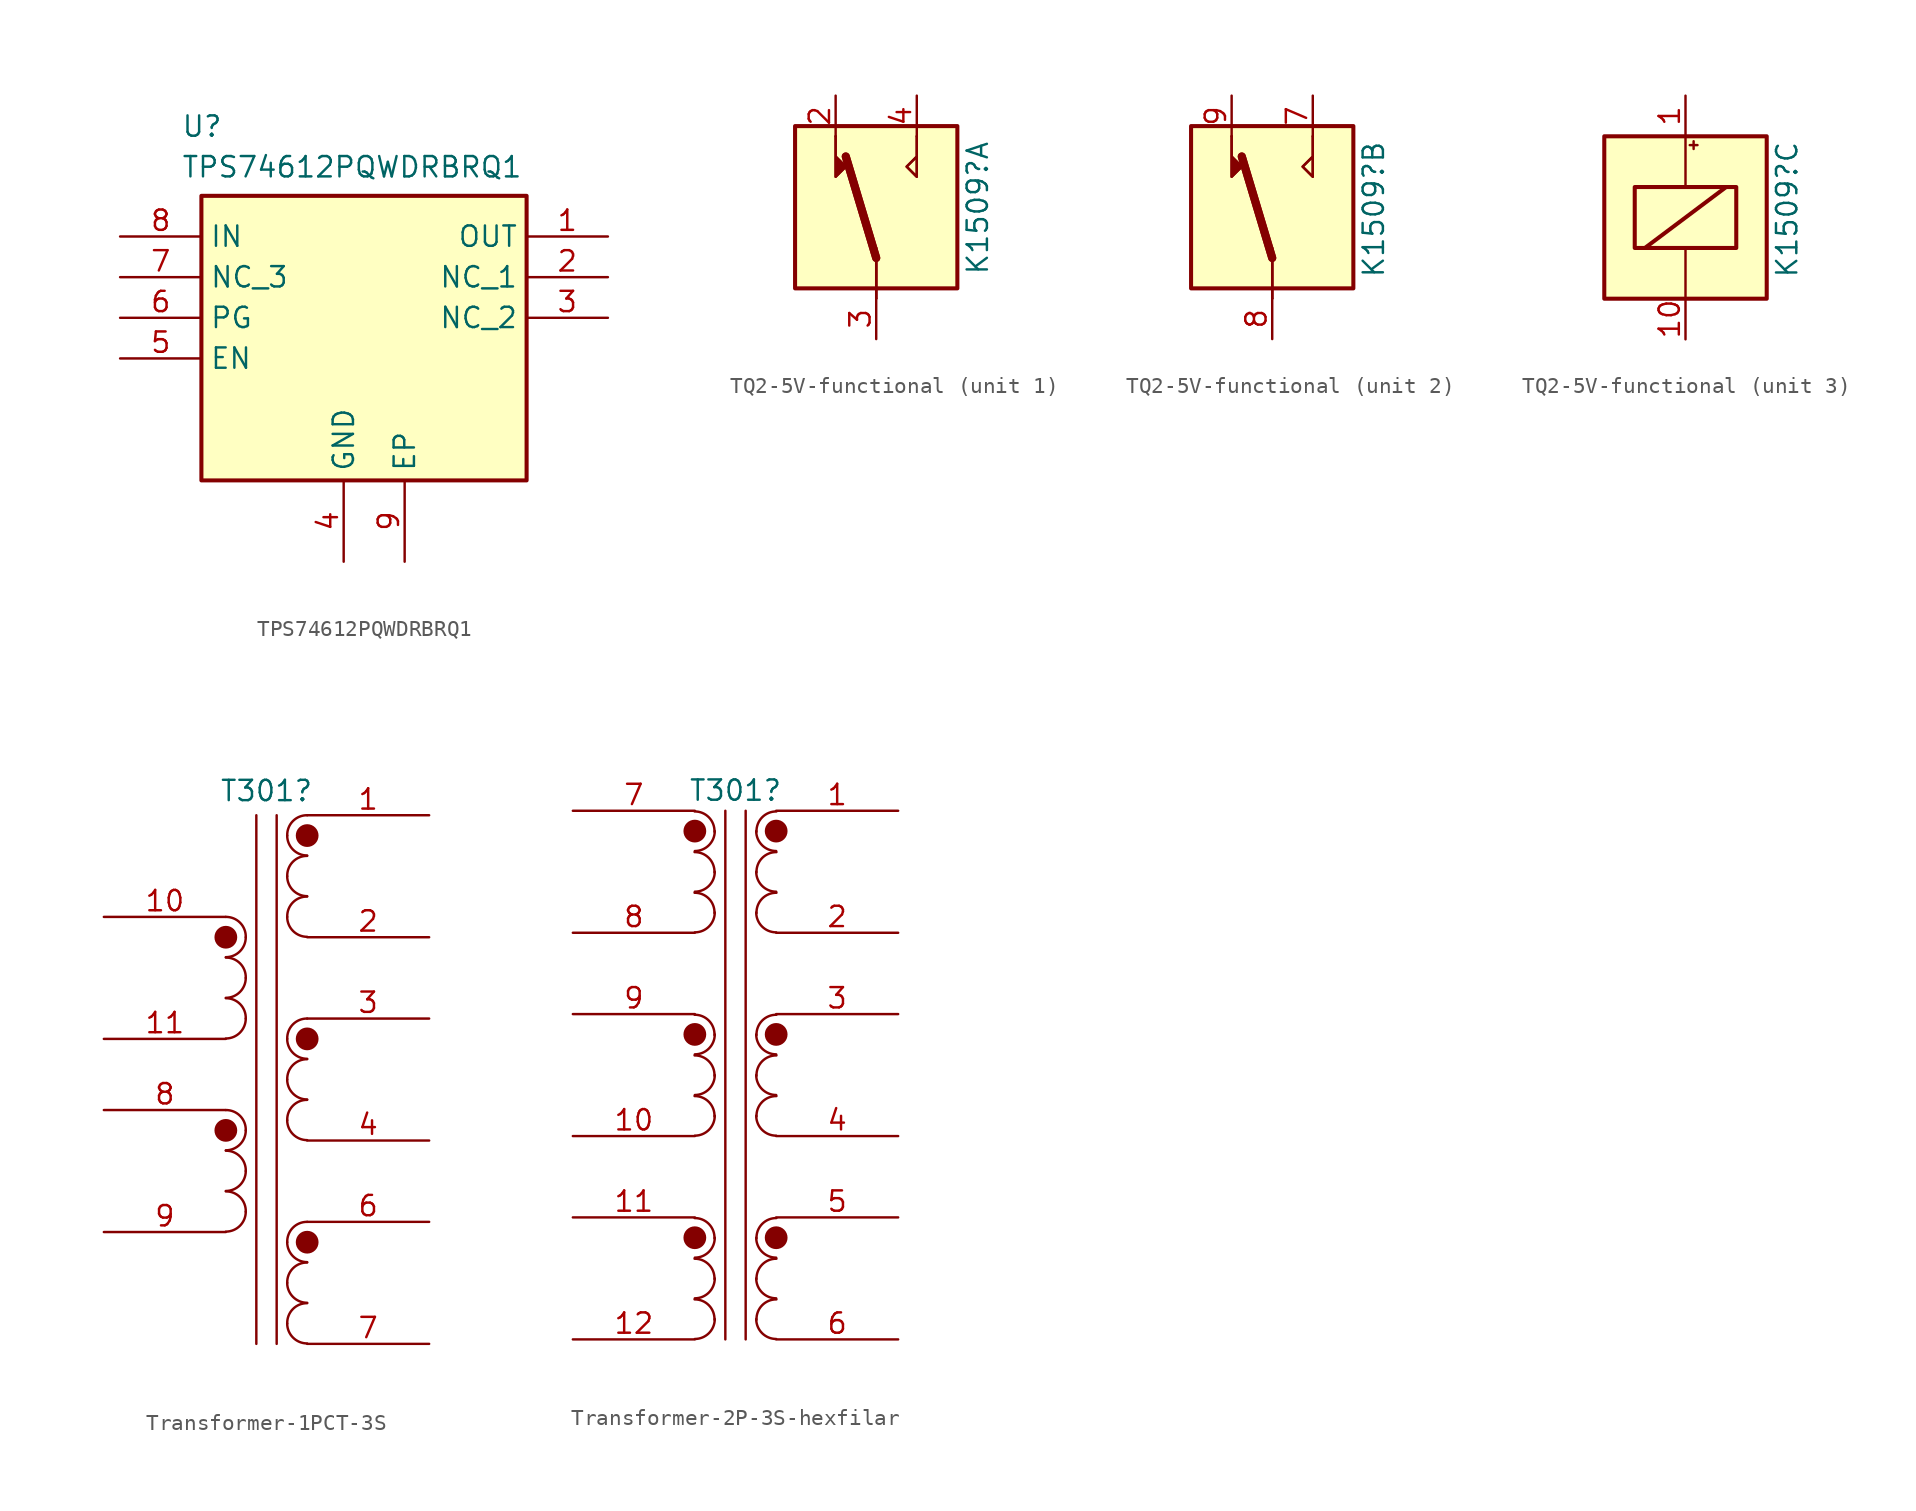
<source format=kicad_sym>
(kicad_symbol_lib
  (version 20241209)
  (generator "kicad_symbol_editor")
  (generator_version "9.0")
  (symbol "TPS74612PQWDRBRQ1"
    (property "Reference" "U"
      (at -11.43 5.08 0)
      (effects (font (size 1.27 1.27)) (justify left top)))
    (property "Value" "TPS74612PQWDRBRQ1"
      (at -11.43 2.54 0)
      (effects (font (size 1.27 1.27)) (justify left top)))
    (symbol "TPS74612PQWDRBRQ1_1_1"
      (rectangle (start -10.16 0) (end 10.16 -17.78) (stroke (width 0.254) (type default)) (fill (type background)))
      (pin power_in line (at -15.24 -2.54 0) (length 5.08) (name "IN" (effects (font (size 1.27 1.27)))) (number "8" (effects (font (size 1.27 1.27)))))
      (pin passive line (at -15.24 -5.08 0) (length 5.08) (name "NC_3" (effects (font (size 1.27 1.27)))) (number "7" (effects (font (size 1.27 1.27)))))
      (pin passive line (at -15.24 -7.62 0) (length 5.08) (name "PG" (effects (font (size 1.27 1.27)))) (number "6" (effects (font (size 1.27 1.27)))))
      (pin passive line (at -15.24 -10.16 0) (length 5.08) (name "EN" (effects (font (size 1.27 1.27)))) (number "5" (effects (font (size 1.27 1.27)))))
      (pin passive line (at -1.27 -22.86 90) (length 5.08) (name "GND" (effects (font (size 1.27 1.27)))) (number "4" (effects (font (size 1.27 1.27)))))
      (pin passive line (at 2.54 -22.86 90) (length 5.08) (name "EP" (effects (font (size 1.27 1.27)))) (number "9" (effects (font (size 1.27 1.27)))))
      (pin power_out line (at 15.24 -2.54 180) (length 5.08) (name "OUT" (effects (font (size 1.27 1.27)))) (number "1" (effects (font (size 1.27 1.27)))))
      (pin passive line (at 15.24 -5.08 180) (length 5.08) (name "NC_1" (effects (font (size 1.27 1.27)))) (number "2" (effects (font (size 1.27 1.27)))))
      (pin passive line (at 15.24 -7.62 180) (length 5.08) (name "NC_2" (effects (font (size 1.27 1.27)))) (number "3" (effects (font (size 1.27 1.27)))))))
  (symbol "TQ2-5V-functional"
    (pin_names
      (hide yes))
    (property "Reference" "K1509"
      (at 6.35 4.826 90)
      (effects (font (size 1.27 1.27)) (justify right)))
    (property "cap-type" ""
      (at 0 0 0)
      (effects (font (size 1.27 1.27))))
    (property "r-power" ""
      (at 0 0 0)
      (effects (font (size 1.27 1.27))))
    (property "ki_locked" ""
      (at 0 0 0)
      (effects (font (size 1.27 1.27))))
    (symbol "TQ2-5V-functional_1_1"
      (rectangle (start -5.08 5.715) (end 5.08 -4.445) (stroke (width 0.254) (type default)) (fill (type background)))
      (polyline (pts (xy -2.54 5.08) (xy -2.54 2.54) (xy -1.905 3.175) (xy -2.54 3.81)) (stroke (width 0) (type default)) (fill (type outline)))
      (polyline (pts (xy -2.54 5.08) (xy -2.54 2.54) (xy -1.905 3.175) (xy -2.54 3.81)) (stroke (width 0) (type default)) (fill (type outline)))
      (polyline (pts (xy 0 -2.54) (xy -1.905 3.81)) (stroke (width 0.508) (type default)) (fill (type none)))
      (polyline (pts (xy 0 -2.54) (xy -1.905 3.81)) (stroke (width 0.508) (type default)) (fill (type none)))
      (polyline (pts (xy 0 -2.54) (xy 0 -5.08)) (stroke (width 0) (type default)) (fill (type none)))
      (polyline (pts (xy 0 -2.54) (xy 0 -5.08)) (stroke (width 0) (type default)) (fill (type none)))
      (polyline (pts (xy 0 -5.08) (xy 0 -1.905)) (stroke (width 0) (type default)) (fill (type none)))
      (polyline (pts (xy 2.54 5.08) (xy 2.54 2.54) (xy 1.905 3.175) (xy 2.54 3.81)) (stroke (width 0) (type default)) (fill (type none)))
      (polyline (pts (xy 2.54 5.08) (xy 2.54 2.54) (xy 1.905 3.175) (xy 2.54 3.81)) (stroke (width 0) (type default)) (fill (type none)))
      (pin passive line (at -2.54 7.62 270) (length 2.54) (name "NC1" (effects (font (size 1.27 1.27)))) (number "2" (effects (font (size 1.27 1.27)))))
      (pin passive line (at 0 -7.62 90) (length 2.54) (name "T1" (effects (font (size 1.27 1.27)))) (number "3" (effects (font (size 1.27 1.27)))))
      (pin passive line (at 2.54 7.62 270) (length 2.54) (name "NO1" (effects (font (size 1.27 1.27)))) (number "4" (effects (font (size 1.27 1.27))))))
    (symbol "TQ2-5V-functional_2_1"
      (rectangle (start -5.08 5.715) (end 5.08 -4.445) (stroke (width 0.254) (type default)) (fill (type background)))
      (polyline (pts (xy -2.54 5.08) (xy -2.54 2.54) (xy -1.905 3.175) (xy -2.54 3.81)) (stroke (width 0) (type default)) (fill (type outline)))
      (polyline (pts (xy -2.54 5.08) (xy -2.54 2.54) (xy -1.905 3.175) (xy -2.54 3.81)) (stroke (width 0) (type default)) (fill (type outline)))
      (polyline (pts (xy 0 -2.54) (xy -1.905 3.81)) (stroke (width 0.508) (type default)) (fill (type none)))
      (polyline (pts (xy 0 -2.54) (xy -1.905 3.81)) (stroke (width 0.508) (type default)) (fill (type none)))
      (polyline (pts (xy 0 -2.54) (xy 0 -5.08)) (stroke (width 0) (type default)) (fill (type none)))
      (polyline (pts (xy 0 -2.54) (xy 0 -5.08)) (stroke (width 0) (type default)) (fill (type none)))
      (polyline (pts (xy 0 -5.08) (xy 0 -1.905)) (stroke (width 0) (type default)) (fill (type none)))
      (polyline (pts (xy 2.54 5.08) (xy 2.54 2.54) (xy 1.905 3.175) (xy 2.54 3.81)) (stroke (width 0) (type default)) (fill (type none)))
      (polyline (pts (xy 2.54 5.08) (xy 2.54 2.54) (xy 1.905 3.175) (xy 2.54 3.81)) (stroke (width 0) (type default)) (fill (type none)))
      (pin passive line (at -2.54 7.62 270) (length 2.54) (name "NC2" (effects (font (size 1.27 1.27)))) (number "9" (effects (font (size 1.27 1.27)))))
      (pin passive line (at 0 -7.62 90) (length 2.54) (name "T2" (effects (font (size 1.27 1.27)))) (number "8" (effects (font (size 1.27 1.27)))))
      (pin passive line (at 2.54 7.62 270) (length 2.54) (name "NO2" (effects (font (size 1.27 1.27)))) (number "7" (effects (font (size 1.27 1.27))))))
    (symbol "TQ2-5V-functional_3_1"
      (rectangle (start -5.08 5.08) (end 5.08 -5.08) (stroke (width 0.254) (type default)) (fill (type background)))
      (rectangle (start -3.175 1.905) (end 3.175 -1.905) (stroke (width 0.254) (type default)) (fill (type none)))
      (polyline (pts (xy -2.54 -1.905) (xy 2.54 1.905)) (stroke (width 0.254) (type default)) (fill (type none)))
      (polyline (pts (xy 0 5.08) (xy 0 1.905)) (stroke (width 0) (type default)) (fill (type none)))
      (polyline (pts (xy 0 -5.08) (xy 0 -1.905)) (stroke (width 0) (type default)) (fill (type none)))
      (text "+" (at 0.508 4.572 0) (effects (font (size 0.635 0.635))))
      (pin passive line (at -7.62 -3.81 0) (length 2.54) (hide yes) (name "NC" (effects (font (size 1.27 1.27)))) (number "6" (effects (font (size 1.27 1.27)))))
      (pin passive line (at 0 7.62 270) (length 2.54) (name "COIL+" (effects (font (size 1.27 1.27)))) (number "1" (effects (font (size 1.27 1.27)))))
      (pin passive line (at 0 -7.62 90) (length 2.54) (name "COIL-" (effects (font (size 1.27 1.27)))) (number "10" (effects (font (size 1.27 1.27)))))
      (pin passive line (at 7.62 -3.81 180) (length 2.54) (hide yes) (name "NC" (effects (font (size 1.27 1.27)))) (number "5" (effects (font (size 1.27 1.27)))))))
  (symbol "Transformer-1PCT-3S"
    (pin_names
      (offset 1.016)
      (hide yes))
    (property "Reference" "T301"
      (at 0 11.684 0)
      (effects (font (size 1.27 1.27))))
    (property "cap-type" ""
      (at 0 0 0)
      (effects (font (size 1.27 1.27))))
    (property "r-power" ""
      (at 0 0 0)
      (effects (font (size 1.27 1.27))))
    (symbol "Transformer-1PCT-3S_0_1"
      (arc (start -1.2954 2.54) (mid -1.6599 1.6599) (end -2.54 1.2954) (stroke (width 0) (type default)) (fill (type none)))
      (arc (start -1.2954 0) (mid -1.6599 -0.8801) (end -2.54 -1.2446) (stroke (width 0) (type default)) (fill (type none)))
      (arc (start -1.2954 -2.54) (mid -1.6599 -3.4201) (end -2.54 -3.7846) (stroke (width 0) (type default)) (fill (type none)))
      (arc (start -1.2954 -9.525) (mid -1.6599 -10.4051) (end -2.54 -10.7696) (stroke (width 0) (type default)) (fill (type none)))
      (arc (start -1.2954 -12.065) (mid -1.6599 -12.9451) (end -2.54 -13.3096) (stroke (width 0) (type default)) (fill (type none)))
      (arc (start -1.2954 -14.605) (mid -1.6599 -15.4851) (end -2.54 -15.8496) (stroke (width 0) (type default)) (fill (type none)))
      (arc (start -2.54 3.81) (mid -1.6458 3.4415) (end -1.2954 2.54) (stroke (width 0) (type default)) (fill (type none)))
      (arc (start -2.54 1.27) (mid -1.6458 0.9015) (end -1.2954 0) (stroke (width 0) (type default)) (fill (type none)))
      (arc (start -2.54 -1.27) (mid -1.6458 -1.6385) (end -1.2954 -2.54) (stroke (width 0) (type default)) (fill (type none)))
      (arc (start -2.54 -8.255) (mid -1.6458 -8.6235) (end -1.2954 -9.525) (stroke (width 0) (type default)) (fill (type none)))
      (arc (start -2.54 -10.795) (mid -1.6458 -11.1635) (end -1.2954 -12.065) (stroke (width 0) (type default)) (fill (type none)))
      (arc (start -2.54 -13.335) (mid -1.6458 -13.7035) (end -1.2954 -14.605) (stroke (width 0) (type default)) (fill (type none)))
      (polyline (pts (xy -0.635 -22.86) (xy -0.635 10.16)) (stroke (width 0) (type default)) (fill (type none)))
      (polyline (pts (xy 0.635 10.16) (xy 0.635 -22.86)) (stroke (width 0) (type default)) (fill (type none)))
      (arc (start 1.2954 8.89) (mid 1.6457 9.7917) (end 2.54 10.16) (stroke (width 0) (type default)) (fill (type none)))
      (arc (start 1.2954 6.35) (mid 1.6457 7.2517) (end 2.54 7.62) (stroke (width 0) (type default)) (fill (type none)))
      (arc (start 1.2954 3.81) (mid 1.6457 4.7117) (end 2.54 5.08) (stroke (width 0) (type default)) (fill (type none)))
      (arc (start 1.2954 -3.81) (mid 1.6457 -2.9083) (end 2.54 -2.54) (stroke (width 0) (type default)) (fill (type none)))
      (arc (start 1.2954 -6.35) (mid 1.6457 -5.4483) (end 2.54 -5.08) (stroke (width 0) (type default)) (fill (type none)))
      (arc (start 1.2954 -8.89) (mid 1.6457 -7.9883) (end 2.54 -7.62) (stroke (width 0) (type default)) (fill (type none)))
      (arc (start 1.2954 -16.51) (mid 1.6457 -15.6083) (end 2.54 -15.24) (stroke (width 0) (type default)) (fill (type none)))
      (arc (start 1.2954 -19.05) (mid 1.6457 -18.1483) (end 2.54 -17.78) (stroke (width 0) (type default)) (fill (type none)))
      (arc (start 1.2954 -21.59) (mid 1.6457 -20.6883) (end 2.54 -20.32) (stroke (width 0) (type default)) (fill (type none)))
      (arc (start 2.54 7.6454) (mid 1.6599 8.0099) (end 1.2954 8.89) (stroke (width 0) (type default)) (fill (type none)))
      (arc (start 2.54 5.1054) (mid 1.6599 5.4699) (end 1.2954 6.35) (stroke (width 0) (type default)) (fill (type none)))
      (arc (start 2.54 2.5654) (mid 1.6599 2.9299) (end 1.2954 3.81) (stroke (width 0) (type default)) (fill (type none)))
      (arc (start 2.54 -5.0546) (mid 1.6599 -4.6901) (end 1.2954 -3.81) (stroke (width 0) (type default)) (fill (type none)))
      (arc (start 2.54 -7.5946) (mid 1.6599 -7.2301) (end 1.2954 -6.35) (stroke (width 0) (type default)) (fill (type none)))
      (arc (start 2.54 -10.1346) (mid 1.6599 -9.7701) (end 1.2954 -8.89) (stroke (width 0) (type default)) (fill (type none)))
      (arc (start 2.54 -17.7546) (mid 1.6599 -17.3901) (end 1.2954 -16.51) (stroke (width 0) (type default)) (fill (type none)))
      (arc (start 2.54 -20.2946) (mid 1.6599 -19.9301) (end 1.2954 -19.05) (stroke (width 0) (type default)) (fill (type none)))
      (arc (start 2.54 -22.8346) (mid 1.6599 -22.4701) (end 1.2954 -21.59) (stroke (width 0) (type default)) (fill (type none))))
    (symbol "Transformer-1PCT-3S_1_1"
      (circle (center -2.54 2.54) (radius 0.635) (stroke (width 0) (type solid)) (fill (type outline)))
      (circle (center -2.54 -9.525) (radius 0.635) (stroke (width 0) (type solid)) (fill (type outline)))
      (circle (center 2.54 8.89) (radius 0.635) (stroke (width 0) (type solid)) (fill (type outline)))
      (circle (center 2.54 -3.81) (radius 0.635) (stroke (width 0) (type solid)) (fill (type outline)))
      (circle (center 2.54 -16.51) (radius 0.635) (stroke (width 0) (type solid)) (fill (type outline)))
      (pin passive line (at -10.16 3.81 0) (length 7.62) (name "S3A" (effects (font (size 1.27 1.27)))) (number "10" (effects (font (size 1.27 1.27)))))
      (pin passive line (at -10.16 -3.81 0) (length 7.62) (name "S3B" (effects (font (size 1.27 1.27)))) (number "11" (effects (font (size 1.27 1.27)))))
      (pin passive line (at -10.16 -8.255 0) (length 7.62) (name "S3A" (effects (font (size 1.27 1.27)))) (number "8" (effects (font (size 1.27 1.27)))))
      (pin passive line (at -10.16 -15.875 0) (length 7.62) (name "S3B" (effects (font (size 1.27 1.27)))) (number "9" (effects (font (size 1.27 1.27)))))
      (pin passive line (at 10.16 10.16 180) (length 7.62) (name "S1A" (effects (font (size 1.27 1.27)))) (number "1" (effects (font (size 1.27 1.27)))))
      (pin passive line (at 10.16 2.54 180) (length 7.62) (name "S1B" (effects (font (size 1.27 1.27)))) (number "2" (effects (font (size 1.27 1.27)))))
      (pin passive line (at 10.16 -2.54 180) (length 7.62) (name "S2A" (effects (font (size 1.27 1.27)))) (number "3" (effects (font (size 1.27 1.27)))))
      (pin passive line (at 10.16 -10.16 180) (length 7.62) (name "S2B" (effects (font (size 1.27 1.27)))) (number "4" (effects (font (size 1.27 1.27)))))
      (pin passive line (at 10.16 -15.24 180) (length 7.62) (name "S3A" (effects (font (size 1.27 1.27)))) (number "6" (effects (font (size 1.27 1.27)))))
      (pin passive line (at 10.16 -22.86 180) (length 7.62) (name "S3B" (effects (font (size 1.27 1.27)))) (number "7" (effects (font (size 1.27 1.27)))))))
  (symbol "Transformer-2P-3S-hexfilar"
    (pin_names
      (offset 1.016)
      (hide yes))
    (property "Reference" "T301"
      (at 0 11.43 0)
      (effects (font (size 1.27 1.27))))
    (property "cap-type" ""
      (at 0 0 0)
      (effects (font (size 1.27 1.27))))
    (property "r-power" ""
      (at 0 0 0)
      (effects (font (size 1.27 1.27))))
    (symbol "Transformer-2P-3S-hexfilar_0_1"
      (arc (start -2.5568 10.1184) (mid -1.6626 9.7499) (end -1.3122 8.8484) (stroke (width 0) (type default)) (fill (type none)))
      (arc (start -1.2955 8.8901) (mid -1.66 8.01) (end -2.5401 7.6455) (stroke (width 0) (type default)) (fill (type none)))
      (arc (start -2.5568 7.5784) (mid -1.6626 7.2099) (end -1.3122 6.3084) (stroke (width 0) (type default)) (fill (type none)))
      (arc (start -1.2955 6.3501) (mid -1.66 5.47) (end -2.5401 5.1055) (stroke (width 0) (type default)) (fill (type none)))
      (arc (start -2.5568 5.0384) (mid -1.6626 4.6699) (end -1.3122 3.7684) (stroke (width 0) (type default)) (fill (type none)))
      (arc (start -1.2955 3.8101) (mid -1.66 2.93) (end -2.5401 2.5655) (stroke (width 0) (type default)) (fill (type none)))
      (arc (start -2.5568 -2.5816) (mid -1.6626 -2.9501) (end -1.3122 -3.8516) (stroke (width 0) (type default)) (fill (type none)))
      (arc (start -1.2955 -3.8099) (mid -1.66 -4.69) (end -2.5401 -5.0545) (stroke (width 0) (type default)) (fill (type none)))
      (arc (start -2.5568 -5.1216) (mid -1.6626 -5.4901) (end -1.3122 -6.3916) (stroke (width 0) (type default)) (fill (type none)))
      (arc (start -1.2955 -6.3499) (mid -1.66 -7.23) (end -2.5401 -7.5945) (stroke (width 0) (type default)) (fill (type none)))
      (arc (start -2.5568 -7.6616) (mid -1.6626 -8.0301) (end -1.3122 -8.9316) (stroke (width 0) (type default)) (fill (type none)))
      (arc (start -1.2955 -8.8899) (mid -1.66 -9.77) (end -2.5401 -10.1345) (stroke (width 0) (type default)) (fill (type none)))
      (arc (start -2.5568 -15.2816) (mid -1.6626 -15.6501) (end -1.3122 -16.5516) (stroke (width 0) (type default)) (fill (type none)))
      (arc (start -1.2955 -16.5099) (mid -1.66 -17.39) (end -2.5401 -17.7545) (stroke (width 0) (type default)) (fill (type none)))
      (arc (start -2.5568 -17.8216) (mid -1.6626 -18.1901) (end -1.3122 -19.0916) (stroke (width 0) (type default)) (fill (type none)))
      (arc (start -1.2955 -19.0499) (mid -1.66 -19.93) (end -2.5401 -20.2945) (stroke (width 0) (type default)) (fill (type none)))
      (arc (start -2.5568 -20.3616) (mid -1.6626 -20.7301) (end -1.3122 -21.6316) (stroke (width 0) (type default)) (fill (type none)))
      (arc (start -1.2955 -21.5899) (mid -1.66 -22.47) (end -2.5401 -22.8345) (stroke (width 0) (type default)) (fill (type none)))
      (polyline (pts (xy -0.635 -22.86) (xy -0.635 10.16)) (stroke (width 0) (type default)) (fill (type none)))
      (polyline (pts (xy 0.635 10.16) (xy 0.635 -22.86)) (stroke (width 0) (type default)) (fill (type none)))
      (arc (start 1.3124 8.848) (mid 1.6627 9.7497) (end 2.557 10.118) (stroke (width 0) (type default)) (fill (type none)))
      (arc (start 2.54 7.6454) (mid 1.6599 8.0099) (end 1.2954 8.89) (stroke (width 0) (type default)) (fill (type none)))
      (arc (start 1.3124 6.308) (mid 1.6627 7.2097) (end 2.557 7.578) (stroke (width 0) (type default)) (fill (type none)))
      (arc (start 2.54 5.1054) (mid 1.6599 5.4699) (end 1.2954 6.35) (stroke (width 0) (type default)) (fill (type none)))
      (arc (start 1.3124 3.768) (mid 1.6627 4.6697) (end 2.557 5.038) (stroke (width 0) (type default)) (fill (type none)))
      (arc (start 2.54 2.5654) (mid 1.6599 2.9299) (end 1.2954 3.81) (stroke (width 0) (type default)) (fill (type none)))
      (arc (start 1.3124 -3.852) (mid 1.6627 -2.9503) (end 2.557 -2.582) (stroke (width 0) (type default)) (fill (type none)))
      (arc (start 2.54 -5.0546) (mid 1.6599 -4.6901) (end 1.2954 -3.81) (stroke (width 0) (type default)) (fill (type none)))
      (arc (start 1.3124 -6.392) (mid 1.6627 -5.4903) (end 2.557 -5.122) (stroke (width 0) (type default)) (fill (type none)))
      (arc (start 2.54 -7.5946) (mid 1.6599 -7.2301) (end 1.2954 -6.35) (stroke (width 0) (type default)) (fill (type none)))
      (arc (start 1.3124 -8.932) (mid 1.6627 -8.0303) (end 2.557 -7.662) (stroke (width 0) (type default)) (fill (type none)))
      (arc (start 2.54 -10.1346) (mid 1.6599 -9.7701) (end 1.2954 -8.89) (stroke (width 0) (type default)) (fill (type none)))
      (arc (start 1.3124 -16.552) (mid 1.6627 -15.6503) (end 2.557 -15.282) (stroke (width 0) (type default)) (fill (type none)))
      (arc (start 2.54 -17.7546) (mid 1.6599 -17.3901) (end 1.2954 -16.51) (stroke (width 0) (type default)) (fill (type none)))
      (arc (start 1.3124 -19.092) (mid 1.6627 -18.1903) (end 2.557 -17.822) (stroke (width 0) (type default)) (fill (type none)))
      (arc (start 2.54 -20.2946) (mid 1.6599 -19.9301) (end 1.2954 -19.05) (stroke (width 0) (type default)) (fill (type none)))
      (arc (start 1.3124 -21.632) (mid 1.6627 -20.7303) (end 2.557 -20.362) (stroke (width 0) (type default)) (fill (type none)))
      (arc (start 2.54 -22.8346) (mid 1.6599 -22.4701) (end 1.2954 -21.59) (stroke (width 0) (type default)) (fill (type none))))
    (symbol "Transformer-2P-3S-hexfilar_1_1"
      (circle (center -2.54 8.89) (radius 0.635) (stroke (width 0) (type solid)) (fill (type outline)))
      (circle (center -2.54 -3.81) (radius 0.635) (stroke (width 0) (type solid)) (fill (type outline)))
      (circle (center -2.54 -16.51) (radius 0.635) (stroke (width 0) (type solid)) (fill (type outline)))
      (circle (center 2.54 8.89) (radius 0.635) (stroke (width 0) (type solid)) (fill (type outline)))
      (circle (center 2.54 -3.81) (radius 0.635) (stroke (width 0) (type solid)) (fill (type outline)))
      (circle (center 2.54 -16.51) (radius 0.635) (stroke (width 0) (type solid)) (fill (type outline)))
      (pin passive line (at -10.16 10.16 0) (length 7.62) (name "P1A" (effects (font (size 1.27 1.27)))) (number "7" (effects (font (size 1.27 1.27)))))
      (pin passive line (at -10.16 2.54 0) (length 7.62) (name "P1B" (effects (font (size 1.27 1.27)))) (number "8" (effects (font (size 1.27 1.27)))))
      (pin passive line (at -10.16 -2.54 0) (length 7.62) (name "P2A" (effects (font (size 1.27 1.27)))) (number "9" (effects (font (size 1.27 1.27)))))
      (pin passive line (at -10.16 -10.16 0) (length 7.62) (name "P2B" (effects (font (size 1.27 1.27)))) (number "10" (effects (font (size 1.27 1.27)))))
      (pin passive line (at -10.16 -15.24 0) (length 7.62) (name "P3A" (effects (font (size 1.27 1.27)))) (number "11" (effects (font (size 1.27 1.27)))))
      (pin passive line (at -10.16 -22.86 0) (length 7.62) (name "P3B" (effects (font (size 1.27 1.27)))) (number "12" (effects (font (size 1.27 1.27)))))
      (pin passive line (at 10.16 10.16 180) (length 7.62) (name "S1A" (effects (font (size 1.27 1.27)))) (number "1" (effects (font (size 1.27 1.27)))))
      (pin passive line (at 10.16 2.54 180) (length 7.62) (name "S1B" (effects (font (size 1.27 1.27)))) (number "2" (effects (font (size 1.27 1.27)))))
      (pin passive line (at 10.16 -2.54 180) (length 7.62) (name "S2A" (effects (font (size 1.27 1.27)))) (number "3" (effects (font (size 1.27 1.27)))))
      (pin passive line (at 10.16 -10.16 180) (length 7.62) (name "S2B" (effects (font (size 1.27 1.27)))) (number "4" (effects (font (size 1.27 1.27)))))
      (pin passive line (at 10.16 -15.24 180) (length 7.62) (name "S3A" (effects (font (size 1.27 1.27)))) (number "5" (effects (font (size 1.27 1.27)))))
      (pin passive line (at 10.16 -22.86 180) (length 7.62) (name "S3B" (effects (font (size 1.27 1.27)))) (number "6" (effects (font (size 1.27 1.27))))))))
</source>
